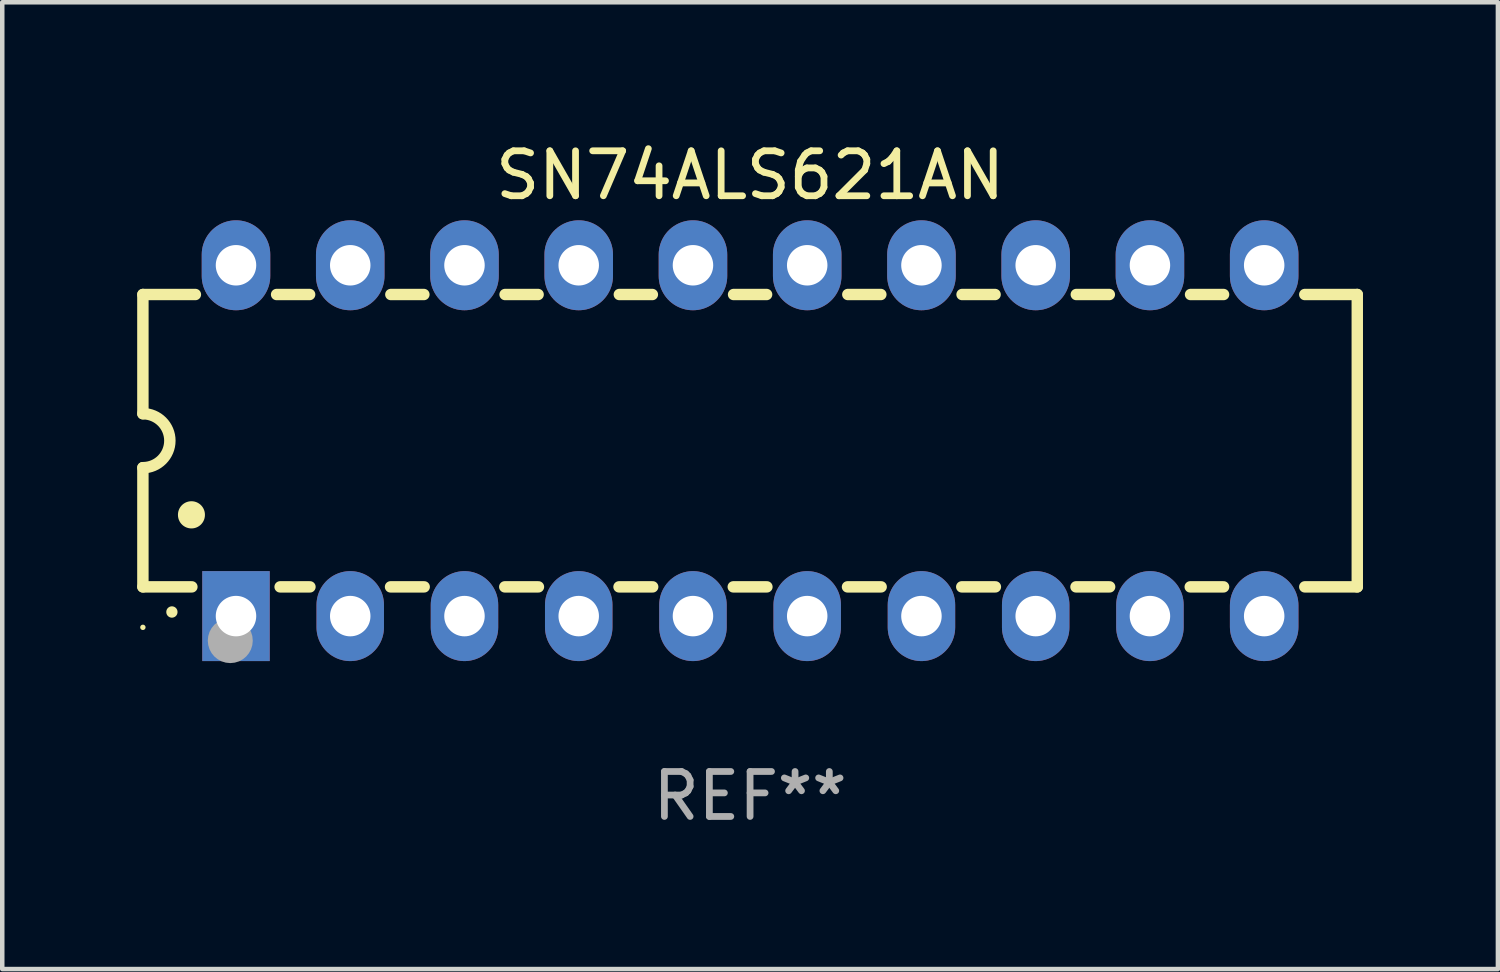
<source format=kicad_pcb>
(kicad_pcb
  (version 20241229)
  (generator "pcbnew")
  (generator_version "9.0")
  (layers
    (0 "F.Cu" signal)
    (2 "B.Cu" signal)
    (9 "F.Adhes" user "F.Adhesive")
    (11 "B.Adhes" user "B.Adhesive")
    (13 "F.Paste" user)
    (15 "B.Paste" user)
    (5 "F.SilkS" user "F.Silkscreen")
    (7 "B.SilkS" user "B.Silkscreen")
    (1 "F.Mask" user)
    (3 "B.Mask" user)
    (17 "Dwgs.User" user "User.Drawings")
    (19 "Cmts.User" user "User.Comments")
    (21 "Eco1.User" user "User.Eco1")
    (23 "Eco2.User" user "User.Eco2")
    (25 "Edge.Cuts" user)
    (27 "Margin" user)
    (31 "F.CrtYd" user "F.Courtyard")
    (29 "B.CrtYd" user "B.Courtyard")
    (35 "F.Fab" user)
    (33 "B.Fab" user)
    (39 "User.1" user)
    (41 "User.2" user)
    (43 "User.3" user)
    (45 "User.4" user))
  (footprint "SN74ALS621AN"
    (layer "F.Cu")
    (at 13.627 6.748)
    (property "Reference" "SN74ALS621AN" (at 0 -5.9 0) (layer "F.SilkS") (effects (font (size 1 1) (thickness 0.15))))
    (attr through_hole)
    (fp_line (start -13.5 -3.25) (end -12.333 -3.25) (stroke (width 0.254) (type solid)) (layer "F.SilkS"))
    (fp_line (start -13.5 -0.6) (end -13.5 -3.25) (stroke (width 0.254) (type solid)) (layer "F.SilkS"))
    (fp_line (start -13.5 3.25) (end -13.5 0.6) (stroke (width 0.254) (type solid)) (layer "F.SilkS"))
    (fp_line (start -13.5 3.25) (end -12.411 3.25) (stroke (width 0.254) (type solid)) (layer "F.SilkS"))
    (fp_line (start -10.527 -3.25) (end -9.793 -3.25) (stroke (width 0.254) (type solid)) (layer "F.SilkS"))
    (fp_line (start -10.449 3.25) (end -9.786 3.25) (stroke (width 0.254) (type solid)) (layer "F.SilkS"))
    (fp_line (start -7.994 3.25) (end -7.246 3.25) (stroke (width 0.254) (type solid)) (layer "F.SilkS"))
    (fp_line (start -7.987 -3.25) (end -7.253 -3.25) (stroke (width 0.254) (type solid)) (layer "F.SilkS"))
    (fp_line (start -5.454 3.25) (end -4.706 3.25) (stroke (width 0.254) (type solid)) (layer "F.SilkS"))
    (fp_line (start -5.447 -3.25) (end -4.713 -3.25) (stroke (width 0.254) (type solid)) (layer "F.SilkS"))
    (fp_line (start -2.914 3.25) (end -2.166 3.25) (stroke (width 0.254) (type solid)) (layer "F.SilkS"))
    (fp_line (start -2.907 -3.25) (end -2.173 -3.25) (stroke (width 0.254) (type solid)) (layer "F.SilkS"))
    (fp_line (start -0.374 3.25) (end 0.374 3.25) (stroke (width 0.254) (type solid)) (layer "F.SilkS"))
    (fp_line (start -0.367 -3.25) (end 0.367 -3.25) (stroke (width 0.254) (type solid)) (layer "F.SilkS"))
    (fp_line (start 2.166 3.25) (end 2.914 3.25) (stroke (width 0.254) (type solid)) (layer "F.SilkS"))
    (fp_line (start 2.173 -3.25) (end 2.907 -3.25) (stroke (width 0.254) (type solid)) (layer "F.SilkS"))
    (fp_line (start 4.706 3.25) (end 5.454 3.25) (stroke (width 0.254) (type solid)) (layer "F.SilkS"))
    (fp_line (start 4.713 -3.25) (end 5.447 -3.25) (stroke (width 0.254) (type solid)) (layer "F.SilkS"))
    (fp_line (start 7.246 3.25) (end 7.994 3.25) (stroke (width 0.254) (type solid)) (layer "F.SilkS"))
    (fp_line (start 7.253 -3.25) (end 7.987 -3.25) (stroke (width 0.254) (type solid)) (layer "F.SilkS"))
    (fp_line (start 9.786 3.25) (end 10.527 3.25) (stroke (width 0.254) (type solid)) (layer "F.SilkS"))
    (fp_line (start 9.793 -3.25) (end 10.527 -3.25) (stroke (width 0.254) (type solid)) (layer "F.SilkS"))
    (fp_line (start 12.333 -3.25) (end 13.5 -3.25) (stroke (width 0.254) (type solid)) (layer "F.SilkS"))
    (fp_line (start 12.333 3.25) (end 13.5 3.25) (stroke (width 0.254) (type solid)) (layer "F.SilkS"))
    (fp_line (start 13.5 -3.25) (end 13.5 3.25) (stroke (width 0.254) (type solid)) (layer "F.SilkS"))
    (fp_arc (start -13.500127 -0.599442) (mid -12.900406 0.000228) (end -13.500025 0.6) (stroke (width 0.254001) (type solid)) (layer "F.SilkS"))
    (fp_arc (start -12.854966 3.810008) (mid -12.854973 3.808738) (end -12.854966 3.807468) (stroke (width 0.25) (type solid)) (layer "F.SilkS"))
    (fp_arc (start -12.420625 1.651003) (mid -12.420636 1.648463) (end -12.420625 1.645923) (stroke (width 0.6) (type solid)) (layer "F.SilkS"))
    (fp_circle (center -13.5 4.15) (end -13.47 4.15) (stroke (width 0.06) (type solid)) (fill no) (layer "F.SilkS"))
    (fp_circle (center -11.557 4.445) (end -11.307 4.445) (stroke (width 0.5) (type solid)) (fill no) (layer "F.Fab"))
    (fp_text user "REF**" (at 0 7.9 0) (layer "F.Fab") (effects (font (size 1 1) (thickness 0.15))))
    (pad "1" thru_hole rect (at -11.43 3.9 90) (size 2 1.5) (drill 0.9) (layers "*.Cu" "*.Mask"))
    (pad "2" thru_hole oval (at -8.89 3.9 90) (size 2 1.5) (drill 0.9) (layers "*.Cu" "*.Mask"))
    (pad "3" thru_hole oval (at -6.35 3.9 90) (size 2 1.5) (drill 0.9) (layers "*.Cu" "*.Mask"))
    (pad "4" thru_hole oval (at -3.81 3.9 90) (size 2 1.5) (drill 0.9) (layers "*.Cu" "*.Mask"))
    (pad "5" thru_hole oval (at -1.27 3.9 90) (size 2 1.5) (drill 0.9) (layers "*.Cu" "*.Mask"))
    (pad "6" thru_hole oval (at 1.27 3.9 90) (size 2 1.5) (drill 0.9) (layers "*.Cu" "*.Mask"))
    (pad "7" thru_hole oval (at 3.81 3.9 90) (size 2 1.5) (drill 0.9) (layers "*.Cu" "*.Mask"))
    (pad "8" thru_hole oval (at 6.35 3.9 90) (size 2 1.5) (drill 0.9) (layers "*.Cu" "*.Mask"))
    (pad "9" thru_hole oval (at 8.89 3.9 90) (size 2 1.5) (drill 0.9) (layers "*.Cu" "*.Mask"))
    (pad "10" thru_hole oval (at 11.43 3.9 90) (size 2 1.524) (drill 0.9) (layers "*.Cu" "*.Mask"))
    (pad "11" thru_hole oval (at 11.43 -3.9 90) (size 2 1.524) (drill 0.9) (layers "*.Cu" "*.Mask"))
    (pad "12" thru_hole oval (at 8.89 -3.9 90) (size 2 1.524) (drill 0.9) (layers "*.Cu" "*.Mask"))
    (pad "13" thru_hole oval (at 6.35 -3.9 90) (size 2 1.524) (drill 0.9) (layers "*.Cu" "*.Mask"))
    (pad "14" thru_hole oval (at 3.81 -3.9 90) (size 2 1.524) (drill 0.9) (layers "*.Cu" "*.Mask"))
    (pad "15" thru_hole oval (at 1.27 -3.9 90) (size 2 1.524) (drill 0.9) (layers "*.Cu" "*.Mask"))
    (pad "16" thru_hole oval (at -1.27 -3.9 90) (size 2 1.524) (drill 0.9) (layers "*.Cu" "*.Mask"))
    (pad "17" thru_hole oval (at -3.81 -3.9 90) (size 2 1.524) (drill 0.9) (layers "*.Cu" "*.Mask"))
    (pad "18" thru_hole oval (at -6.35 -3.9 90) (size 2 1.524) (drill 0.9) (layers "*.Cu" "*.Mask"))
    (pad "19" thru_hole oval (at -8.89 -3.9 90) (size 2 1.524) (drill 0.9) (layers "*.Cu" "*.Mask"))
    (pad "20" thru_hole oval (at -11.43 -3.9 90) (size 2 1.524) (drill 0.9) (layers "*.Cu" "*.Mask")))
  (gr_rect
    (start -3 -3)
    (end 30.254 18.496)
    (stroke (width 0.1) (type default))
    (fill no)
    (layer "Edge.Cuts")))
</source>
